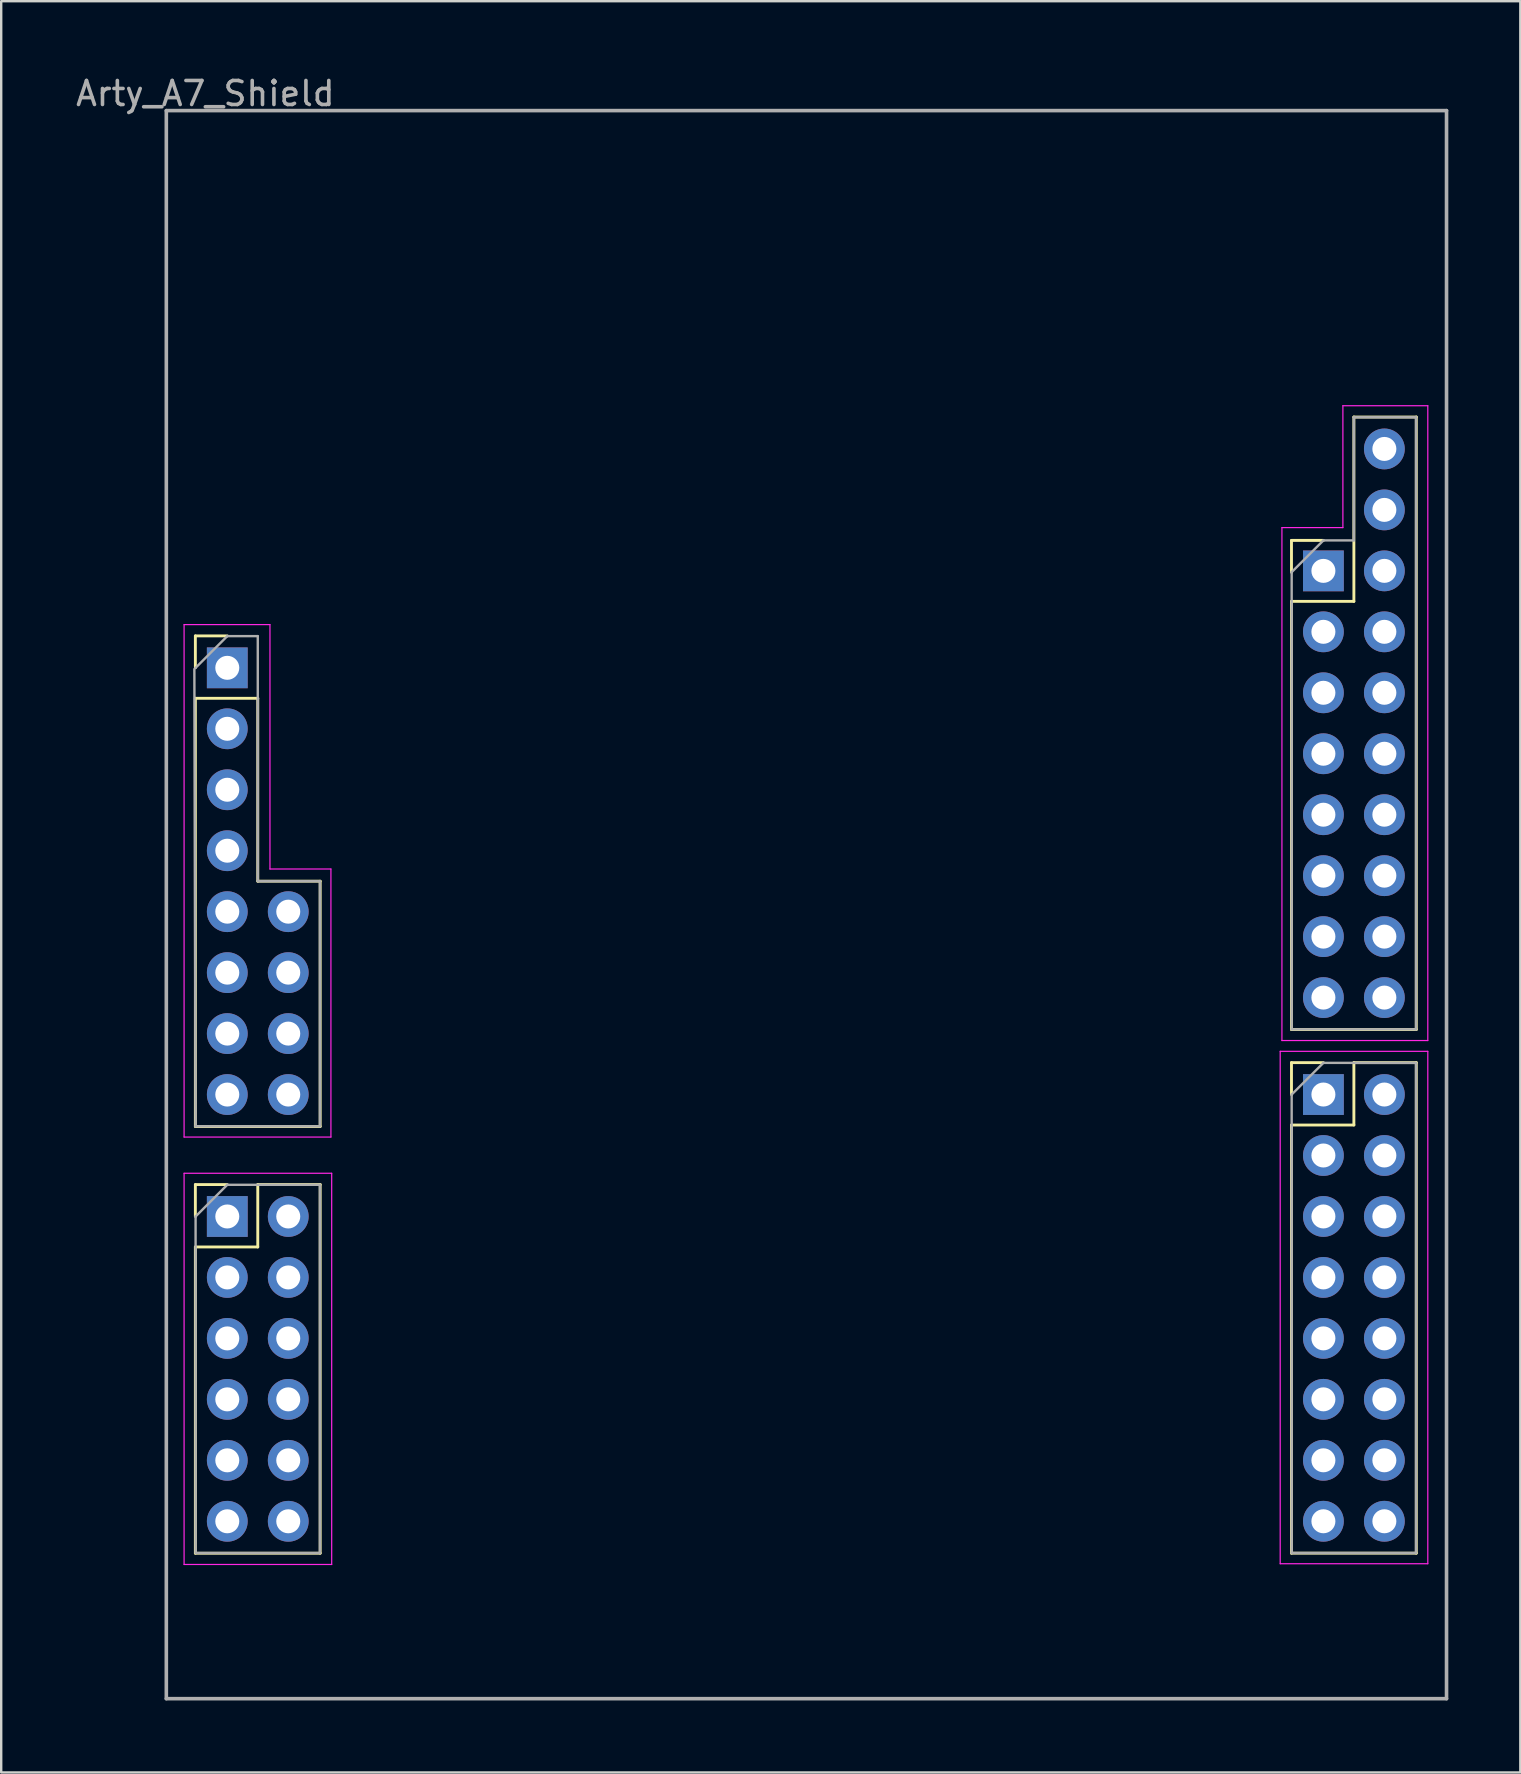
<source format=kicad_pcb>
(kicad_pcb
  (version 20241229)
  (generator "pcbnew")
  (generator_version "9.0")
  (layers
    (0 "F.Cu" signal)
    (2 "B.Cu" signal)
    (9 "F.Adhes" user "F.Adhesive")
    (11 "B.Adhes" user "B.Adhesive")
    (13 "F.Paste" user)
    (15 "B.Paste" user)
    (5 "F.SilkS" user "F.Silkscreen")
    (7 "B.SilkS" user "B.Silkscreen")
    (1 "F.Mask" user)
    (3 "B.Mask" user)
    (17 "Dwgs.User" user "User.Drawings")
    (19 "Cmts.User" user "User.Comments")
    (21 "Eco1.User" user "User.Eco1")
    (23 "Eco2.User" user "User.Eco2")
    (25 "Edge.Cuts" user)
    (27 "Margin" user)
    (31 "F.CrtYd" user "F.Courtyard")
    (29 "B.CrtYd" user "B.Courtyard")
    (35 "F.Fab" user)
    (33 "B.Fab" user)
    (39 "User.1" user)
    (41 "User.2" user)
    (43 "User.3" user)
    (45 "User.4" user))
  (footprint "Arty_A7_Shield"
    (layer "F.Cu")
    (at 6.42 60.335)
    (property "Reference" "Arty_A7_Shield" (at -0.914 -59.487 180) (layer "F.Fab") (effects (font (size 1 1) (thickness 0.15))))
    (attr through_hole)
    (fp_line (start -1.33 -36.89) (end 0 -36.89) (stroke (width 0.12) (type solid)) (layer "F.SilkS"))
    (fp_line (start -1.33 -35.56) (end -1.33 -36.89) (stroke (width 0.12) (type solid)) (layer "F.SilkS"))
    (fp_line (start -1.33 -34.29) (end -1.33 -16.45) (stroke (width 0.12) (type solid)) (layer "F.SilkS"))
    (fp_line (start -1.33 -34.29) (end 1.27 -34.29) (stroke (width 0.12) (type solid)) (layer "F.SilkS"))
    (fp_line (start -1.33 -16.45) (end 3.87 -16.45) (stroke (width 0.12) (type solid)) (layer "F.SilkS"))
    (fp_line (start -1.33 -14.03) (end 0 -14.03) (stroke (width 0.12) (type solid)) (layer "F.SilkS"))
    (fp_line (start -1.33 -12.7) (end -1.33 -14.03) (stroke (width 0.12) (type solid)) (layer "F.SilkS"))
    (fp_line (start -1.33 -11.43) (end -1.33 1.33) (stroke (width 0.12) (type solid)) (layer "F.SilkS"))
    (fp_line (start -1.33 -11.43) (end 1.27 -11.43) (stroke (width 0.12) (type solid)) (layer "F.SilkS"))
    (fp_line (start -1.33 1.33) (end 3.87 1.33) (stroke (width 0.12) (type solid)) (layer "F.SilkS"))
    (fp_line (start 1.27 -26.67) (end 1.27 -34.29) (stroke (width 0.12) (type solid)) (layer "F.SilkS"))
    (fp_line (start 1.27 -26.67) (end 3.87 -26.67) (stroke (width 0.12) (type solid)) (layer "F.SilkS"))
    (fp_line (start 1.27 -14.03) (end 3.87 -14.03) (stroke (width 0.12) (type solid)) (layer "F.SilkS"))
    (fp_line (start 1.27 -11.43) (end 1.27 -14.03) (stroke (width 0.12) (type solid)) (layer "F.SilkS"))
    (fp_line (start 3.87 -26.67) (end 3.87 -16.45) (stroke (width 0.12) (type solid)) (layer "F.SilkS"))
    (fp_line (start 3.87 -14.03) (end 3.87 1.33) (stroke (width 0.12) (type solid)) (layer "F.SilkS"))
    (fp_line (start 44.34 -40.869) (end 45.67 -40.869) (stroke (width 0.12) (type solid)) (layer "F.SilkS"))
    (fp_line (start 44.34 -39.539) (end 44.34 -40.869) (stroke (width 0.12) (type solid)) (layer "F.SilkS"))
    (fp_line (start 44.34 -38.329) (end 44.34 -20.49) (stroke (width 0.12) (type solid)) (layer "F.SilkS"))
    (fp_line (start 44.34 -38.329) (end 46.94 -38.329) (stroke (width 0.12) (type solid)) (layer "F.SilkS"))
    (fp_line (start 44.34 -20.49) (end 49.54 -20.49) (stroke (width 0.12) (type solid)) (layer "F.SilkS"))
    (fp_line (start 44.34 -19.111) (end 45.67 -19.111) (stroke (width 0.12) (type solid)) (layer "F.SilkS"))
    (fp_line (start 44.34 -17.781) (end 44.34 -19.111) (stroke (width 0.12) (type solid)) (layer "F.SilkS"))
    (fp_line (start 44.34 -16.511) (end 44.34 1.329) (stroke (width 0.12) (type solid)) (layer "F.SilkS"))
    (fp_line (start 44.34 -16.511) (end 46.94 -16.511) (stroke (width 0.12) (type solid)) (layer "F.SilkS"))
    (fp_line (start 44.34 1.329) (end 49.54 1.329) (stroke (width 0.12) (type solid)) (layer "F.SilkS"))
    (fp_line (start 46.94 -46.01) (end 49.54 -46.01) (stroke (width 0.12) (type solid)) (layer "F.SilkS"))
    (fp_line (start 46.94 -38.329) (end 46.94 -46.01) (stroke (width 0.12) (type solid)) (layer "F.SilkS"))
    (fp_line (start 46.94 -19.111) (end 49.54 -19.111) (stroke (width 0.12) (type solid)) (layer "F.SilkS"))
    (fp_line (start 46.94 -16.511) (end 46.94 -19.111) (stroke (width 0.12) (type solid)) (layer "F.SilkS"))
    (fp_line (start 49.54 -46.01) (end 49.54 -20.49) (stroke (width 0.12) (type solid)) (layer "F.SilkS"))
    (fp_line (start 49.54 -19.111) (end 49.54 1.329) (stroke (width 0.12) (type solid)) (layer "F.SilkS"))
    (fp_line (start -1.8 -37.36) (end -1.8 -16.01) (stroke (width 0.05) (type solid)) (layer "F.CrtYd"))
    (fp_line (start -1.8 -16.01) (end 4.318 -16.01) (stroke (width 0.05) (type solid)) (layer "F.CrtYd"))
    (fp_line (start -1.8 -14.5) (end -1.8 1.8) (stroke (width 0.05) (type solid)) (layer "F.CrtYd"))
    (fp_line (start -1.8 1.8) (end 4.35 1.8) (stroke (width 0.05) (type solid)) (layer "F.CrtYd"))
    (fp_line (start 1.778 -37.36) (end -1.8 -37.36) (stroke (width 0.05) (type solid)) (layer "F.CrtYd"))
    (fp_line (start 1.778 -27.178) (end 1.778 -37.36) (stroke (width 0.05) (type solid)) (layer "F.CrtYd"))
    (fp_line (start 4.318 -27.178) (end 1.778 -27.178) (stroke (width 0.05) (type solid)) (layer "F.CrtYd"))
    (fp_line (start 4.318 -16.01) (end 4.318 -27.178) (stroke (width 0.05) (type solid)) (layer "F.CrtYd"))
    (fp_line (start 4.35 -14.5) (end -1.8 -14.5) (stroke (width 0.05) (type solid)) (layer "F.CrtYd"))
    (fp_line (start 4.35 1.8) (end 4.35 -14.5) (stroke (width 0.05) (type solid)) (layer "F.CrtYd"))
    (fp_line (start 43.87 -19.581) (end 43.87 1.769) (stroke (width 0.05) (type solid)) (layer "F.CrtYd"))
    (fp_line (start 43.87 1.769) (end 50.02 1.769) (stroke (width 0.05) (type solid)) (layer "F.CrtYd"))
    (fp_line (start 43.942 -41.402) (end 43.942 -20.03) (stroke (width 0.05) (type solid)) (layer "F.CrtYd"))
    (fp_line (start 46.482 -46.48) (end 46.482 -41.402) (stroke (width 0.05) (type solid)) (layer "F.CrtYd"))
    (fp_line (start 46.482 -41.402) (end 43.942 -41.402) (stroke (width 0.05) (type solid)) (layer "F.CrtYd"))
    (fp_line (start 50.02 -46.48) (end 46.482 -46.48) (stroke (width 0.05) (type solid)) (layer "F.CrtYd"))
    (fp_line (start 50.02 -20.03) (end 43.942 -20.03) (stroke (width 0.05) (type solid)) (layer "F.CrtYd"))
    (fp_line (start 50.02 -20.03) (end 50.02 -46.48) (stroke (width 0.05) (type solid)) (layer "F.CrtYd"))
    (fp_line (start 50.02 -19.581) (end 43.87 -19.581) (stroke (width 0.05) (type solid)) (layer "F.CrtYd"))
    (fp_line (start 50.02 1.769) (end 50.02 -19.581) (stroke (width 0.05) (type solid)) (layer "F.CrtYd"))
    (fp_line (start -2.54 -58.776) (end -2.54 7.391) (stroke (width 0.15) (type solid)) (layer "F.Fab"))
    (fp_line (start -2.54 7.391) (end 50.8 7.391) (stroke (width 0.15) (type solid)) (layer "F.Fab"))
    (fp_line (start -1.321 -35.56) (end 0 -36.881) (stroke (width 0.1) (type solid)) (layer "F.Fab"))
    (fp_line (start -1.321 -16.459) (end -1.372 -35.509) (stroke (width 0.1) (type solid)) (layer "F.Fab"))
    (fp_line (start -1.321 -12.7) (end 0 -14.021) (stroke (width 0.1) (type solid)) (layer "F.Fab"))
    (fp_line (start -1.321 1.27) (end -1.321 -12.7) (stroke (width 0.1) (type solid)) (layer "F.Fab"))
    (fp_line (start 0 -36.881) (end 1.27 -36.881) (stroke (width 0.1) (type solid)) (layer "F.Fab"))
    (fp_line (start 0 -14.021) (end 3.861 -14.021) (stroke (width 0.1) (type solid)) (layer "F.Fab"))
    (fp_line (start 1.27 -36.881) (end 1.27 -26.67) (stroke (width 0.1) (type solid)) (layer "F.Fab"))
    (fp_line (start 3.861 -26.67) (end 1.27 -26.67) (stroke (width 0.1) (type solid)) (layer "F.Fab"))
    (fp_line (start 3.861 -26.67) (end 3.861 -16.459) (stroke (width 0.1) (type solid)) (layer "F.Fab"))
    (fp_line (start 3.861 -16.459) (end -1.321 -16.459) (stroke (width 0.1) (type solid)) (layer "F.Fab"))
    (fp_line (start 3.861 -14.021) (end 3.861 1.321) (stroke (width 0.1) (type solid)) (layer "F.Fab"))
    (fp_line (start 3.861 1.321) (end -1.321 1.321) (stroke (width 0.1) (type solid)) (layer "F.Fab"))
    (fp_line (start 44.348 -39.548) (end 45.67 -40.869) (stroke (width 0.1) (type solid)) (layer "F.Fab"))
    (fp_line (start 44.348 -20.498) (end 44.348 -39.548) (stroke (width 0.1) (type solid)) (layer "F.Fab"))
    (fp_line (start 44.348 -17.781) (end 45.67 -19.101) (stroke (width 0.1) (type solid)) (layer "F.Fab"))
    (fp_line (start 44.348 1.321) (end 44.348 -17.781) (stroke (width 0.1) (type solid)) (layer "F.Fab"))
    (fp_line (start 45.67 -40.869) (end 46.939 -40.869) (stroke (width 0.1) (type solid)) (layer "F.Fab"))
    (fp_line (start 45.67 -19.101) (end 49.53 -19.101) (stroke (width 0.1) (type solid)) (layer "F.Fab"))
    (fp_line (start 46.939 -45.999) (end 49.53 -45.999) (stroke (width 0.1) (type solid)) (layer "F.Fab"))
    (fp_line (start 46.939 -40.869) (end 46.939 -45.999) (stroke (width 0.1) (type solid)) (layer "F.Fab"))
    (fp_line (start 49.53 -45.999) (end 49.53 -20.498) (stroke (width 0.1) (type solid)) (layer "F.Fab"))
    (fp_line (start 49.53 -20.498) (end 44.348 -20.498) (stroke (width 0.1) (type solid)) (layer "F.Fab"))
    (fp_line (start 49.53 -19.101) (end 49.53 1.321) (stroke (width 0.1) (type solid)) (layer "F.Fab"))
    (fp_line (start 49.53 1.321) (end 44.348 1.321) (stroke (width 0.1) (type solid)) (layer "F.Fab"))
    (fp_line (start 50.8 -58.776) (end -2.54 -58.776) (stroke (width 0.15) (type solid)) (layer "F.Fab"))
    (fp_line (start 50.8 -58.776) (end 50.8 7.391) (stroke (width 0.15) (type solid)) (layer "F.Fab"))
    (pad "3V3" thru_hole oval (at 0 -27.94) (size 1.7 1.7) (drill 1) (layers "*.Cu" "*.Mask"))
    (pad "5V" thru_hole oval (at 0 -25.4) (size 1.7 1.7) (drill 1) (layers "*.Cu" "*.Mask"))
    (pad "A0" thru_hole rect (at 0 -12.7) (size 1.7 1.7) (drill 1) (layers "*.Cu" "*.Mask"))
    (pad "A1" thru_hole oval (at 0 -10.16) (size 1.7 1.7) (drill 1) (layers "*.Cu" "*.Mask"))
    (pad "A2" thru_hole oval (at 0 -7.62) (size 1.7 1.7) (drill 1) (layers "*.Cu" "*.Mask"))
    (pad "A3" thru_hole oval (at 0 -5.08) (size 1.7 1.7) (drill 1) (layers "*.Cu" "*.Mask"))
    (pad "A4" thru_hole oval (at 0 -2.54) (size 1.7 1.7) (drill 1) (layers "*.Cu" "*.Mask"))
    (pad "A5" thru_hole oval (at 0 0) (size 1.7 1.7) (drill 1) (layers "*.Cu" "*.Mask"))
    (pad "A6" thru_hole oval (at 2.54 -12.7) (size 1.7 1.7) (drill 1) (layers "*.Cu" "*.Mask"))
    (pad "A7" thru_hole oval (at 2.54 -10.16) (size 1.7 1.7) (drill 1) (layers "*.Cu" "*.Mask"))
    (pad "A8" thru_hole oval (at 2.54 -7.62) (size 1.7 1.7) (drill 1) (layers "*.Cu" "*.Mask"))
    (pad "A9" thru_hole oval (at 2.54 -5.08) (size 1.7 1.7) (drill 1) (layers "*.Cu" "*.Mask"))
    (pad "A10" thru_hole oval (at 2.54 -2.54) (size 1.7 1.7) (drill 1) (layers "*.Cu" "*.Mask"))
    (pad "A11" thru_hole oval (at 2.54 0) (size 1.7 1.7) (drill 1) (layers "*.Cu" "*.Mask"))
    (pad "GND0" thru_hole oval (at 0 -22.86) (size 1.7 1.7) (drill 1) (layers "*.Cu" "*.Mask"))
    (pad "GND1" thru_hole oval (at 0 -20.32) (size 1.7 1.7) (drill 1) (layers "*.Cu" "*.Mask"))
    (pad "GND2" thru_hole oval (at 48.21 -37.06) (size 1.7 1.7) (drill 1) (layers "*.Cu" "*.Mask"))
    (pad "IO0" thru_hole oval (at 48.21 -0.001) (size 1.7 1.7) (drill 1) (layers "*.Cu" "*.Mask"))
    (pad "IO1" thru_hole oval (at 48.21 -2.541) (size 1.7 1.7) (drill 1) (layers "*.Cu" "*.Mask"))
    (pad "IO2" thru_hole oval (at 48.21 -5.081) (size 1.7 1.7) (drill 1) (layers "*.Cu" "*.Mask"))
    (pad "IO3" thru_hole oval (at 48.21 -7.621) (size 1.7 1.7) (drill 1) (layers "*.Cu" "*.Mask"))
    (pad "IO4" thru_hole oval (at 48.21 -10.161) (size 1.7 1.7) (drill 1) (layers "*.Cu" "*.Mask"))
    (pad "IO5" thru_hole oval (at 48.21 -12.701) (size 1.7 1.7) (drill 1) (layers "*.Cu" "*.Mask"))
    (pad "IO6" thru_hole oval (at 48.21 -15.241) (size 1.7 1.7) (drill 1) (layers "*.Cu" "*.Mask"))
    (pad "IO7" thru_hole oval (at 48.21 -17.781) (size 1.7 1.7) (drill 1) (layers "*.Cu" "*.Mask"))
    (pad "IO8" thru_hole oval (at 48.21 -21.82) (size 1.7 1.7) (drill 1) (layers "*.Cu" "*.Mask"))
    (pad "IO9" thru_hole oval (at 48.21 -24.36) (size 1.7 1.7) (drill 1) (layers "*.Cu" "*.Mask"))
    (pad "IO10" thru_hole oval (at 48.21 -26.9) (size 1.7 1.7) (drill 1) (layers "*.Cu" "*.Mask"))
    (pad "IO11" thru_hole oval (at 48.21 -29.44) (size 1.7 1.7) (drill 1) (layers "*.Cu" "*.Mask"))
    (pad "IO12" thru_hole oval (at 48.21 -31.98) (size 1.7 1.7) (drill 1) (layers "*.Cu" "*.Mask"))
    (pad "IO13" thru_hole oval (at 48.21 -34.52) (size 1.7 1.7) (drill 1) (layers "*.Cu" "*.Mask"))
    (pad "IO26" thru_hole oval (at 45.67 -0.001) (size 1.7 1.7) (drill 1) (layers "*.Cu" "*.Mask"))
    (pad "IO27" thru_hole oval (at 45.67 -2.541) (size 1.7 1.7) (drill 1) (layers "*.Cu" "*.Mask"))
    (pad "IO28" thru_hole oval (at 45.67 -5.081) (size 1.7 1.7) (drill 1) (layers "*.Cu" "*.Mask"))
    (pad "IO29" thru_hole oval (at 45.67 -7.621) (size 1.7 1.7) (drill 1) (layers "*.Cu" "*.Mask"))
    (pad "IO30" thru_hole oval (at 45.67 -10.161) (size 1.7 1.7) (drill 1) (layers "*.Cu" "*.Mask"))
    (pad "IO31" thru_hole oval (at 45.67 -12.701) (size 1.7 1.7) (drill 1) (layers "*.Cu" "*.Mask"))
    (pad "IO32" thru_hole oval (at 45.67 -15.241) (size 1.7 1.7) (drill 1) (layers "*.Cu" "*.Mask"))
    (pad "IO33" thru_hole rect (at 45.67 -17.781) (size 1.7 1.7) (drill 1) (layers "*.Cu" "*.Mask"))
    (pad "IO34" thru_hole oval (at 45.67 -21.82) (size 1.7 1.7) (drill 1) (layers "*.Cu" "*.Mask"))
    (pad "IO35" thru_hole oval (at 45.67 -24.36) (size 1.7 1.7) (drill 1) (layers "*.Cu" "*.Mask"))
    (pad "IO36" thru_hole oval (at 45.67 -26.9) (size 1.7 1.7) (drill 1) (layers "*.Cu" "*.Mask"))
    (pad "IO37" thru_hole oval (at 45.67 -29.44) (size 1.7 1.7) (drill 1) (layers "*.Cu" "*.Mask"))
    (pad "IO38" thru_hole oval (at 45.67 -31.98) (size 1.7 1.7) (drill 1) (layers "*.Cu" "*.Mask"))
    (pad "IO39" thru_hole oval (at 45.67 -34.52) (size 1.7 1.7) (drill 1) (layers "*.Cu" "*.Mask"))
    (pad "IO40" thru_hole oval (at 45.67 -37.06) (size 1.7 1.7) (drill 1) (layers "*.Cu" "*.Mask"))
    (pad "IO41" thru_hole rect (at 45.67 -39.599) (size 1.7 1.7) (drill 1) (layers "*.Cu" "*.Mask"))
    (pad "IO42" thru_hole oval (at 48.21 -39.6) (size 1.7 1.7) (drill 1) (layers "*.Cu" "*.Mask"))
    (pad "IOREF" thru_hole oval (at 0 -33.02) (size 1.7 1.7) (drill 1) (layers "*.Cu" "*.Mask"))
    (pad "NC1" thru_hole rect (at 0 -35.56) (size 1.7 1.7) (drill 1) (layers "*.Cu" "*.Mask"))
    (pad "RST" thru_hole oval (at 0 -30.48) (size 1.7 1.7) (drill 1) (layers "*.Cu" "*.Mask"))
    (pad "SCL" thru_hole oval (at 48.21 -44.68) (size 1.7 1.7) (drill 1) (layers "*.Cu" "*.Mask"))
    (pad "SDA" thru_hole oval (at 48.21 -42.14) (size 1.7 1.7) (drill 1) (layers "*.Cu" "*.Mask"))
    (pad "VIN" thru_hole oval (at 0 -17.78) (size 1.7 1.7) (drill 1) (layers "*.Cu" "*.Mask"))
    (pad "VN" thru_hole oval (at 2.54 -22.86) (size 1.7 1.7) (drill 1) (layers "*.Cu" "*.Mask"))
    (pad "VP" thru_hole oval (at 2.54 -25.4) (size 1.7 1.7) (drill 1) (layers "*.Cu" "*.Mask"))
    (pad "XGND" thru_hole oval (at 2.54 -20.32) (size 1.7 1.7) (drill 1) (layers "*.Cu" "*.Mask"))
    (pad "XVREF" thru_hole oval (at 2.54 -17.78) (size 1.7 1.7) (drill 1) (layers "*.Cu" "*.Mask")))
  (gr_rect
    (start -3 -3)
    (end 60.295 70.801)
    (stroke (width 0.1) (type default))
    (fill no)
    (layer "Edge.Cuts")))
</source>
